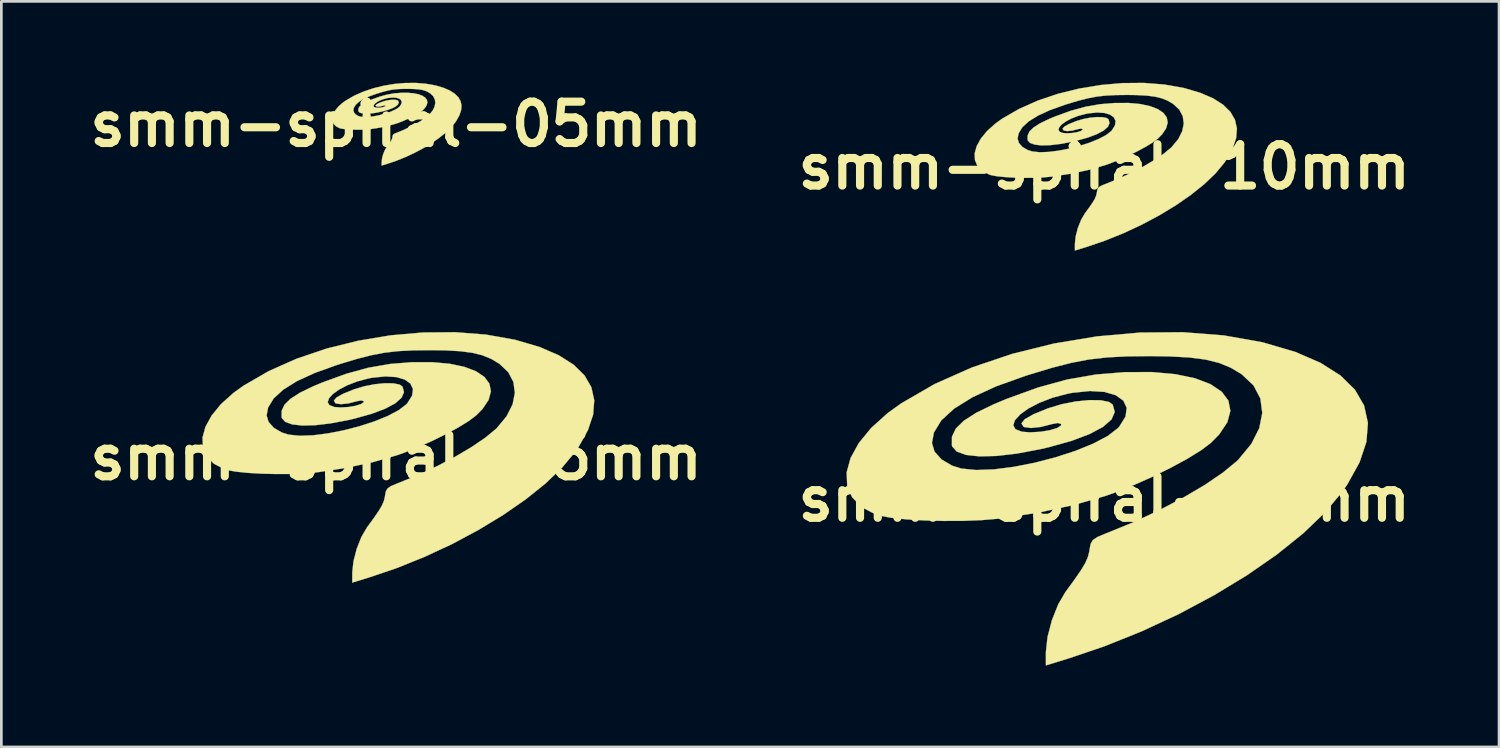
<source format=kicad_pcb>
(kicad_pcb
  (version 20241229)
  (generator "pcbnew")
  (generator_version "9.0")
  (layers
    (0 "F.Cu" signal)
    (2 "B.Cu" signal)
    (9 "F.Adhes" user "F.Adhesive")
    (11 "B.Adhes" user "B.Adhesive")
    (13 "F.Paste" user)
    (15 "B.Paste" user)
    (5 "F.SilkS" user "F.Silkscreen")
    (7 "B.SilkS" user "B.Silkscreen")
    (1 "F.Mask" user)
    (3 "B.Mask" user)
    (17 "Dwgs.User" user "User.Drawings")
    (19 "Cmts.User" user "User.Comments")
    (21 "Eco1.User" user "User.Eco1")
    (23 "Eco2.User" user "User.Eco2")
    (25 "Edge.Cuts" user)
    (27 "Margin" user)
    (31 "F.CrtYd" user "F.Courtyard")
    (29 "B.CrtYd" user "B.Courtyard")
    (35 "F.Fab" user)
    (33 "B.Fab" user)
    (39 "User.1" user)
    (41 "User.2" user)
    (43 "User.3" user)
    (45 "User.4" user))
  (footprint "smm-spiral-20mm"
    (layer "F.Cu")
    (at 37.639 15.339)
    (property "Reference" "smm-spiral-20mm" (at 0 0 0) (layer "F.SilkS") (effects (font (size 1.524 1.524) (thickness 0.3))))
    (attr through_hole)
    (fp_poly (pts (xy 4.404 -6.03) (xy 5.832 -5.777) (xy 7.05 -5.418) (xy 7.973 -5.017) (xy 8.702 -4.554) (xy 9.235 -4.031) (xy 9.573 -3.449) (xy 9.714 -2.808) (xy 9.659 -2.109) (xy 9.407 -1.354) (xy 8.958 -0.544) (xy 8.776 -0.278) (xy 8.141 0.487) (xy 7.326 1.267) (xy 6.356 2.046) (xy 5.254 2.81) (xy 4.044 3.544) (xy 2.749 4.235) (xy 1.393 4.867) (xy 0.000079 5.427) (xy -1.306 5.869) (xy -2.151 6.129) (xy -2.151 5.636) (xy -2.091 5.082) (xy -1.93 4.467) (xy -1.698 3.882) (xy -1.435 3.431) (xy -1.089 2.957) (xy -0.849 2.607) (xy -0.693 2.345) (xy -0.602 2.133) (xy -0.553 1.935) (xy -0.544 1.872) (xy -0.503 1.654) (xy -0.421 1.51) (xy -0.25 1.396) (xy 0.058 1.267) (xy 0.139 1.236) (xy 1.095 0.845) (xy 2.031 0.408) (xy 2.912 -0.054) (xy 3.705 -0.522) (xy 4.374 -0.977) (xy 4.885 -1.399) (xy 4.946 -1.459) (xy 5.418 -2.031) (xy 5.711 -2.609) (xy 5.822 -3.174) (xy 5.752 -3.707) (xy 5.499 -4.188) (xy 5.064 -4.598) (xy 5.051 -4.607) (xy 4.658 -4.841) (xy 4.231 -5.016) (xy 3.733 -5.14) (xy 3.129 -5.218) (xy 2.385 -5.258) (xy 1.69 -5.268) (xy 0.831 -5.258) (xy 0.1 -5.22) (xy -0.562 -5.144) (xy -1.219 -5.019) (xy -1.93 -4.837) (xy -2.759 -4.586) (xy -2.919 -4.535) (xy -3.986 -4.153) (xy -4.857 -3.752) (xy -5.53 -3.334) (xy -6.004 -2.901) (xy -6.277 -2.454) (xy -6.35 -2.066) (xy -6.254 -1.747) (xy -5.993 -1.457) (xy -5.606 -1.23) (xy -5.264 -1.124) (xy -4.722 -1.07) (xy -4.065 -1.094) (xy -3.331 -1.188) (xy -2.558 -1.34) (xy -1.788 -1.54) (xy -1.057 -1.778) (xy -0.406 -2.043) (xy 0.126 -2.324) (xy 0.501 -2.613) (xy 0.555 -2.672) (xy 0.784 -3.04) (xy 0.827 -3.363) (xy 0.701 -3.628) (xy 0.422 -3.827) (xy 0.008 -3.948) (xy -0.526 -3.982) (xy -1.162 -3.917) (xy -1.352 -3.881) (xy -1.905 -3.735) (xy -2.391 -3.548) (xy -2.794 -3.338) (xy -3.099 -3.119) (xy -3.291 -2.908) (xy -3.354 -2.721) (xy -3.273 -2.573) (xy -3.032 -2.481) (xy -2.733 -2.458) (xy -2.345 -2.48) (xy -1.995 -2.539) (xy -1.727 -2.621) (xy -1.591 -2.715) (xy -1.59 -2.769) (xy -1.714 -2.803) (xy -1.923 -2.764) (xy -2.338 -2.658) (xy -2.701 -2.619) (xy -2.95 -2.653) (xy -2.975 -2.666) (xy -3.052 -2.789) (xy -2.93 -2.942) (xy -2.608 -3.125) (xy -2.085 -3.339) (xy -2.068 -3.345) (xy -1.568 -3.496) (xy -1.05 -3.597) (xy -0.556 -3.646) (xy -0.133 -3.641) (xy 0.175 -3.578) (xy 0.311 -3.482) (xy 0.387 -3.208) (xy 0.265 -2.932) (xy -0.046 -2.66) (xy -0.537 -2.397) (xy -1.201 -2.146) (xy -2.031 -1.914) (xy -2.384 -1.833) (xy -3.224 -1.675) (xy -3.968 -1.589) (xy -4.597 -1.573) (xy -5.091 -1.627) (xy -5.434 -1.75) (xy -5.604 -1.94) (xy -5.615 -1.98) (xy -5.613 -2.297) (xy -5.471 -2.595) (xy -5.175 -2.887) (xy -4.712 -3.183) (xy -4.069 -3.494) (xy -3.612 -3.685) (xy -2.446 -4.109) (xy -1.363 -4.406) (xy -0.298 -4.591) (xy 0.768 -4.677) (xy 1.764 -4.679) (xy 2.625 -4.601) (xy 3.345 -4.45) (xy 3.915 -4.233) (xy 4.328 -3.955) (xy 4.574 -3.625) (xy 4.646 -3.249) (xy 4.536 -2.833) (xy 4.236 -2.383) (xy 3.923 -2.066) (xy 3.565 -1.796) (xy 3.055 -1.482) (xy 2.437 -1.147) (xy 1.754 -0.812) (xy 1.049 -0.499) (xy 0.366 -0.229) (xy 0.026 -0.11) (xy -1.144 0.223) (xy -2.439 0.501) (xy -3.784 0.709) (xy -3.916 0.724) (xy -4.516 0.776) (xy -5.197 0.802) (xy -5.915 0.805) (xy -6.625 0.787) (xy -7.284 0.748) (xy -7.847 0.69) (xy -8.27 0.614) (xy -8.409 0.573) (xy -8.936 0.299) (xy -9.289 -0.063) (xy -9.473 -0.496) (xy -9.492 -0.984) (xy -9.348 -1.512) (xy -9.046 -2.062) (xy -8.59 -2.619) (xy -7.982 -3.167) (xy -7.485 -3.525) (xy -6.246 -4.241) (xy -4.874 -4.85) (xy -3.399 -5.348) (xy -1.855 -5.731) (xy -0.271 -5.994) (xy 1.321 -6.135) (xy 2.89 -6.148) (xy 4.404 -6.03)) (stroke (width 0.01) (type solid)) (fill yes) (layer "F.SilkS")))
  (footprint "smm-spiral-15mm"
    (layer "F.Cu")
    (at 11.546 13.811)
    (property "Reference" "smm-spiral-15mm" (at 0 0 0) (layer "F.SilkS") (effects (font (size 1.524 1.524) (thickness 0.3))))
    (attr through_hole)
    (fp_poly (pts (xy 3.31 -4.532) (xy 4.383 -4.341) (xy 5.298 -4.072) (xy 5.992 -3.77) (xy 6.54 -3.423) (xy 6.94 -3.03) (xy 7.194 -2.592) (xy 7.3 -2.11) (xy 7.259 -1.585) (xy 7.07 -1.018) (xy 6.732 -0.409) (xy 6.596 -0.209) (xy 6.118 0.366) (xy 5.506 0.952) (xy 4.777 1.537) (xy 3.949 2.111) (xy 3.039 2.663) (xy 2.066 3.183) (xy 1.047 3.658) (xy 0.00006 4.079) (xy -0.981 4.411) (xy -1.616 4.606) (xy -1.616 4.235) (xy -1.571 3.819) (xy -1.451 3.357) (xy -1.276 2.917) (xy -1.078 2.578) (xy -0.818 2.222) (xy -0.638 1.96) (xy -0.521 1.762) (xy -0.452 1.603) (xy -0.416 1.454) (xy -0.409 1.407) (xy -0.378 1.243) (xy -0.316 1.135) (xy -0.188 1.049) (xy 0.044 0.952) (xy 0.104 0.929) (xy 0.823 0.635) (xy 1.526 0.307) (xy 2.189 -0.04) (xy 2.784 -0.392) (xy 3.287 -0.734) (xy 3.671 -1.051) (xy 3.717 -1.096) (xy 4.072 -1.526) (xy 4.292 -1.961) (xy 4.375 -2.386) (xy 4.322 -2.786) (xy 4.133 -3.147) (xy 3.806 -3.455) (xy 3.796 -3.462) (xy 3.501 -3.638) (xy 3.179 -3.77) (xy 2.805 -3.862) (xy 2.352 -3.921) (xy 1.792 -3.952) (xy 1.27 -3.959) (xy 0.624 -3.952) (xy 0.075 -3.923) (xy -0.422 -3.866) (xy -0.916 -3.772) (xy -1.451 -3.635) (xy -2.073 -3.447) (xy -2.194 -3.408) (xy -2.995 -3.121) (xy -3.65 -2.82) (xy -4.156 -2.506) (xy -4.512 -2.18) (xy -4.718 -1.844) (xy -4.772 -1.553) (xy -4.7 -1.313) (xy -4.504 -1.095) (xy -4.213 -0.925) (xy -3.956 -0.845) (xy -3.549 -0.804) (xy -3.055 -0.822) (xy -2.503 -0.893) (xy -1.923 -1.007) (xy -1.343 -1.157) (xy -0.794 -1.336) (xy -0.305 -1.535) (xy 0.095 -1.747) (xy 0.377 -1.964) (xy 0.417 -2.008) (xy 0.589 -2.285) (xy 0.621 -2.527) (xy 0.527 -2.727) (xy 0.317 -2.876) (xy 0.006 -2.967) (xy -0.395 -2.992) (xy -0.874 -2.944) (xy -1.016 -2.917) (xy -1.432 -2.807) (xy -1.797 -2.666) (xy -2.1 -2.508) (xy -2.329 -2.344) (xy -2.473 -2.185) (xy -2.521 -2.045) (xy -2.46 -1.934) (xy -2.278 -1.864) (xy -2.054 -1.847) (xy -1.762 -1.864) (xy -1.499 -1.908) (xy -1.298 -1.97) (xy -1.195 -2.04) (xy -1.195 -2.081) (xy -1.288 -2.107) (xy -1.445 -2.077) (xy -1.757 -1.997) (xy -2.03 -1.968) (xy -2.217 -1.994) (xy -2.236 -2.004) (xy -2.294 -2.096) (xy -2.202 -2.211) (xy -1.96 -2.348) (xy -1.567 -2.509) (xy -1.554 -2.514) (xy -1.179 -2.627) (xy -0.789 -2.703) (xy -0.418 -2.74) (xy -0.1 -2.736) (xy 0.132 -2.689) (xy 0.234 -2.617) (xy 0.29 -2.411) (xy 0.199 -2.204) (xy -0.034 -1.999) (xy -0.404 -1.801) (xy -0.903 -1.613) (xy -1.526 -1.439) (xy -1.792 -1.377) (xy -2.423 -1.259) (xy -2.982 -1.194) (xy -3.454 -1.182) (xy -3.826 -1.223) (xy -4.083 -1.315) (xy -4.212 -1.458) (xy -4.22 -1.488) (xy -4.218 -1.726) (xy -4.112 -1.95) (xy -3.889 -2.169) (xy -3.541 -2.392) (xy -3.058 -2.626) (xy -2.715 -2.769) (xy -1.838 -3.088) (xy -1.025 -3.311) (xy -0.224 -3.45) (xy 0.577 -3.515) (xy 1.325 -3.516) (xy 1.973 -3.458) (xy 2.514 -3.344) (xy 2.943 -3.181) (xy 3.252 -2.973) (xy 3.437 -2.724) (xy 3.492 -2.441) (xy 3.409 -2.129) (xy 3.183 -1.791) (xy 2.948 -1.553) (xy 2.679 -1.35) (xy 2.296 -1.114) (xy 1.831 -0.862) (xy 1.318 -0.61) (xy 0.789 -0.375) (xy 0.275 -0.172) (xy 0.019 -0.083) (xy -0.86 0.168) (xy -1.833 0.377) (xy -2.844 0.533) (xy -2.943 0.544) (xy -3.394 0.583) (xy -3.906 0.603) (xy -4.445 0.605) (xy -4.979 0.591) (xy -5.474 0.562) (xy -5.897 0.518) (xy -6.215 0.462) (xy -6.32 0.431) (xy -6.715 0.225) (xy -6.981 -0.047) (xy -7.119 -0.373) (xy -7.133 -0.74) (xy -7.025 -1.136) (xy -6.798 -1.55) (xy -6.455 -1.969) (xy -5.998 -2.38) (xy -5.625 -2.649) (xy -4.694 -3.187) (xy -3.663 -3.645) (xy -2.555 -4.019) (xy -1.394 -4.307) (xy -0.203 -4.505) (xy 0.993 -4.61) (xy 2.172 -4.62) (xy 3.31 -4.532)) (stroke (width 0.01) (type solid)) (fill yes) (layer "F.SilkS")))
  (footprint "smm-spiral-10mm"
    (layer "F.Cu")
    (at 37.639 3.098)
    (property "Reference" "smm-spiral-10mm" (at 0 0 0) (layer "F.SilkS") (effects (font (size 1.524 1.524) (thickness 0.3))))
    (attr through_hole)
    (fp_poly (pts (xy 2.215 -3.033) (xy 2.934 -2.906) (xy 3.546 -2.725) (xy 4.011 -2.524) (xy 4.377 -2.291) (xy 4.646 -2.028) (xy 4.815 -1.735) (xy 4.887 -1.412) (xy 4.859 -1.061) (xy 4.732 -0.681) (xy 4.506 -0.274) (xy 4.415 -0.14) (xy 4.095 0.245) (xy 3.686 0.637) (xy 3.197 1.029) (xy 2.643 1.413) (xy 2.034 1.783) (xy 1.383 2.13) (xy 0.701 2.448) (xy 0.00004 2.73) (xy -0.657 2.952) (xy -1.082 3.083) (xy -1.082 2.835) (xy -1.052 2.556) (xy -0.971 2.247) (xy -0.854 1.953) (xy -0.722 1.726) (xy -0.548 1.488) (xy -0.427 1.312) (xy -0.349 1.18) (xy -0.303 1.073) (xy -0.278 0.973) (xy -0.274 0.942) (xy -0.253 0.832) (xy -0.212 0.76) (xy -0.126 0.702) (xy 0.029 0.637) (xy 0.07 0.622) (xy 0.551 0.425) (xy 1.022 0.205) (xy 1.465 -0.027) (xy 1.864 -0.263) (xy 2.2 -0.491) (xy 2.457 -0.704) (xy 2.488 -0.734) (xy 2.726 -1.022) (xy 2.873 -1.313) (xy 2.929 -1.597) (xy 2.893 -1.865) (xy 2.766 -2.107) (xy 2.547 -2.313) (xy 2.541 -2.317) (xy 2.343 -2.435) (xy 2.128 -2.523) (xy 1.878 -2.585) (xy 1.574 -2.625) (xy 1.2 -2.645) (xy 0.85 -2.65) (xy 0.418 -2.645) (xy 0.05 -2.626) (xy -0.283 -2.588) (xy -0.613 -2.525) (xy -0.971 -2.433) (xy -1.388 -2.307) (xy -1.468 -2.281) (xy -2.005 -2.089) (xy -2.443 -1.887) (xy -2.782 -1.677) (xy -3.02 -1.459) (xy -3.158 -1.234) (xy -3.194 -1.039) (xy -3.146 -0.879) (xy -3.015 -0.733) (xy -2.82 -0.619) (xy -2.648 -0.566) (xy -2.376 -0.538) (xy -2.045 -0.551) (xy -1.675 -0.598) (xy -1.287 -0.674) (xy -0.899 -0.775) (xy -0.532 -0.894) (xy -0.204 -1.028) (xy 0.064 -1.169) (xy 0.252 -1.314) (xy 0.279 -1.344) (xy 0.394 -1.529) (xy 0.416 -1.692) (xy 0.352 -1.825) (xy 0.212 -1.925) (xy 0.004 -1.986) (xy -0.264 -2.003) (xy -0.585 -1.971) (xy -0.68 -1.952) (xy -0.958 -1.879) (xy -1.203 -1.785) (xy -1.405 -1.679) (xy -1.559 -1.569) (xy -1.656 -1.463) (xy -1.687 -1.369) (xy -1.646 -1.294) (xy -1.525 -1.248) (xy -1.375 -1.237) (xy -1.18 -1.248) (xy -1.003 -1.277) (xy -0.869 -1.319) (xy -0.8 -1.366) (xy -0.8 -1.393) (xy -0.862 -1.41) (xy -0.967 -1.39) (xy -1.176 -1.337) (xy -1.359 -1.317) (xy -1.484 -1.335) (xy -1.497 -1.341) (xy -1.535 -1.403) (xy -1.474 -1.48) (xy -1.312 -1.572) (xy -1.049 -1.68) (xy -1.04 -1.683) (xy -0.789 -1.759) (xy -0.528 -1.81) (xy -0.28 -1.834) (xy -0.067 -1.831) (xy 0.088 -1.8) (xy 0.157 -1.752) (xy 0.194 -1.614) (xy 0.133 -1.475) (xy -0.023 -1.338) (xy -0.27 -1.206) (xy -0.604 -1.08) (xy -1.022 -0.963) (xy -1.199 -0.922) (xy -1.622 -0.843) (xy -1.996 -0.799) (xy -2.312 -0.791) (xy -2.561 -0.819) (xy -2.733 -0.88) (xy -2.819 -0.976) (xy -2.825 -0.996) (xy -2.824 -1.155) (xy -2.752 -1.306) (xy -2.603 -1.452) (xy -2.371 -1.601) (xy -2.047 -1.758) (xy -1.817 -1.854) (xy -1.231 -2.067) (xy -0.686 -2.216) (xy -0.15 -2.31) (xy 0.386 -2.353) (xy 0.887 -2.354) (xy 1.321 -2.315) (xy 1.683 -2.239) (xy 1.97 -2.129) (xy 2.177 -1.99) (xy 2.301 -1.824) (xy 2.337 -1.634) (xy 2.282 -1.425) (xy 2.131 -1.199) (xy 1.974 -1.039) (xy 1.793 -0.903) (xy 1.537 -0.746) (xy 1.226 -0.577) (xy 0.882 -0.408) (xy 0.528 -0.251) (xy 0.184 -0.115) (xy 0.013 -0.056) (xy -0.576 0.112) (xy -1.227 0.252) (xy -1.904 0.356) (xy -1.97 0.364) (xy -2.272 0.39) (xy -2.615 0.404) (xy -2.975 0.405) (xy -3.333 0.396) (xy -3.664 0.376) (xy -3.947 0.347) (xy -4.16 0.309) (xy -4.23 0.288) (xy -4.495 0.15) (xy -4.673 -0.032) (xy -4.765 -0.249) (xy -4.775 -0.495) (xy -4.702 -0.761) (xy -4.551 -1.037) (xy -4.321 -1.318) (xy -4.015 -1.593) (xy -3.765 -1.773) (xy -3.142 -2.133) (xy -2.452 -2.44) (xy -1.71 -2.69) (xy -0.933 -2.883) (xy -0.136 -3.015) (xy 0.665 -3.086) (xy 1.454 -3.093) (xy 2.215 -3.033)) (stroke (width 0.01) (type solid)) (fill yes) (layer "F.SilkS")))
  (footprint "smm-spiral-05mm"
    (layer "F.Cu")
    (at 11.546 1.53)
    (property "Reference" "smm-spiral-05mm" (at 0 0 0) (layer "F.SilkS") (effects (font (size 1.524 1.524) (thickness 0.3))))
    (attr through_hole)
    (fp_poly (pts (xy 1.092 -1.495) (xy 1.446 -1.433) (xy 1.748 -1.344) (xy 1.977 -1.244) (xy 2.158 -1.129) (xy 2.29 -1) (xy 2.374 -0.855) (xy 2.409 -0.696) (xy 2.395 -0.523) (xy 2.333 -0.336) (xy 2.222 -0.135) (xy 2.177 -0.069) (xy 2.019 0.121) (xy 1.817 0.314) (xy 1.576 0.507) (xy 1.303 0.697) (xy 1.003 0.879) (xy 0.682 1.05) (xy 0.346 1.207) (xy 0.000019 1.346) (xy -0.324 1.456) (xy -0.533 1.52) (xy -0.533 1.398) (xy -0.519 1.26) (xy -0.479 1.108) (xy -0.421 0.963) (xy -0.356 0.851) (xy -0.27 0.733) (xy -0.21 0.647) (xy -0.172 0.582) (xy -0.149 0.529) (xy -0.137 0.48) (xy -0.135 0.464) (xy -0.125 0.41) (xy -0.104 0.374) (xy -0.062 0.346) (xy 0.014 0.314) (xy 0.034 0.307) (xy 0.272 0.209) (xy 0.504 0.101) (xy 0.722 -0.013) (xy 0.919 -0.129) (xy 1.085 -0.242) (xy 1.211 -0.347) (xy 1.227 -0.362) (xy 1.344 -0.504) (xy 1.416 -0.647) (xy 1.444 -0.787) (xy 1.426 -0.919) (xy 1.364 -1.039) (xy 1.256 -1.14) (xy 1.253 -1.142) (xy 1.155 -1.201) (xy 1.049 -1.244) (xy 0.926 -1.275) (xy 0.776 -1.294) (xy 0.591 -1.304) (xy 0.419 -1.306) (xy 0.206 -1.304) (xy 0.025 -1.295) (xy -0.139 -1.276) (xy -0.302 -1.245) (xy -0.479 -1.199) (xy -0.684 -1.137) (xy -0.724 -1.125) (xy -0.988 -1.03) (xy -1.204 -0.931) (xy -1.371 -0.827) (xy -1.489 -0.72) (xy -1.557 -0.609) (xy -1.575 -0.512) (xy -1.551 -0.433) (xy -1.486 -0.361) (xy -1.39 -0.305) (xy -1.305 -0.279) (xy -1.171 -0.265) (xy -1.008 -0.271) (xy -0.826 -0.295) (xy -0.634 -0.332) (xy -0.443 -0.382) (xy -0.262 -0.441) (xy -0.101 -0.507) (xy 0.031 -0.576) (xy 0.124 -0.648) (xy 0.138 -0.663) (xy 0.194 -0.754) (xy 0.205 -0.834) (xy 0.174 -0.9) (xy 0.105 -0.949) (xy 0.002 -0.979) (xy -0.13 -0.987) (xy -0.288 -0.971) (xy -0.335 -0.963) (xy -0.472 -0.926) (xy -0.593 -0.88) (xy -0.693 -0.828) (xy -0.769 -0.773) (xy -0.816 -0.721) (xy -0.832 -0.675) (xy -0.812 -0.638) (xy -0.752 -0.615) (xy -0.678 -0.61) (xy -0.582 -0.615) (xy -0.495 -0.63) (xy -0.428 -0.65) (xy -0.394 -0.673) (xy -0.394 -0.687) (xy -0.425 -0.695) (xy -0.477 -0.685) (xy -0.58 -0.659) (xy -0.67 -0.649) (xy -0.731 -0.658) (xy -0.738 -0.661) (xy -0.757 -0.692) (xy -0.727 -0.73) (xy -0.647 -0.775) (xy -0.517 -0.828) (xy -0.513 -0.83) (xy -0.389 -0.867) (xy -0.26 -0.892) (xy -0.138 -0.904) (xy -0.033 -0.903) (xy 0.043 -0.887) (xy 0.077 -0.864) (xy 0.096 -0.796) (xy 0.066 -0.727) (xy -0.011 -0.66) (xy -0.133 -0.594) (xy -0.298 -0.532) (xy -0.504 -0.475) (xy -0.591 -0.455) (xy -0.8 -0.415) (xy -0.984 -0.394) (xy -1.14 -0.39) (xy -1.263 -0.404) (xy -1.348 -0.434) (xy -1.39 -0.481) (xy -1.393 -0.491) (xy -1.392 -0.57) (xy -1.357 -0.644) (xy -1.283 -0.716) (xy -1.169 -0.789) (xy -1.009 -0.867) (xy -0.896 -0.914) (xy -0.607 -1.019) (xy -0.338 -1.093) (xy -0.074 -1.139) (xy 0.191 -1.16) (xy 0.437 -1.16) (xy 0.651 -1.141) (xy 0.83 -1.104) (xy 0.971 -1.05) (xy 1.073 -0.981) (xy 1.134 -0.899) (xy 1.152 -0.806) (xy 1.125 -0.702) (xy 1.051 -0.591) (xy 0.973 -0.512) (xy 0.884 -0.445) (xy 0.758 -0.368) (xy 0.604 -0.284) (xy 0.435 -0.201) (xy 0.26 -0.124) (xy 0.091 -0.057) (xy 0.006 -0.027) (xy -0.284 0.055) (xy -0.605 0.124) (xy -0.938 0.176) (xy -0.971 0.18) (xy -1.12 0.192) (xy -1.289 0.199) (xy -1.467 0.2) (xy -1.643 0.195) (xy -1.806 0.185) (xy -1.946 0.171) (xy -2.051 0.152) (xy -2.085 0.142) (xy -2.216 0.074) (xy -2.304 -0.016) (xy -2.349 -0.123) (xy -2.354 -0.244) (xy -2.318 -0.375) (xy -2.243 -0.511) (xy -2.13 -0.65) (xy -1.98 -0.785) (xy -1.856 -0.874) (xy -1.549 -1.052) (xy -1.209 -1.203) (xy -0.843 -1.326) (xy -0.46 -1.421) (xy -0.067 -1.487) (xy 0.328 -1.521) (xy 0.717 -1.525) (xy 1.092 -1.495)) (stroke (width 0.01) (type solid)) (fill yes) (layer "F.SilkS")))
  (gr_rect
    (start -3 -3)
    (end 52.185 24.472)
    (stroke (width 0.1) (type default))
    (fill no)
    (layer "Edge.Cuts")))
</source>
